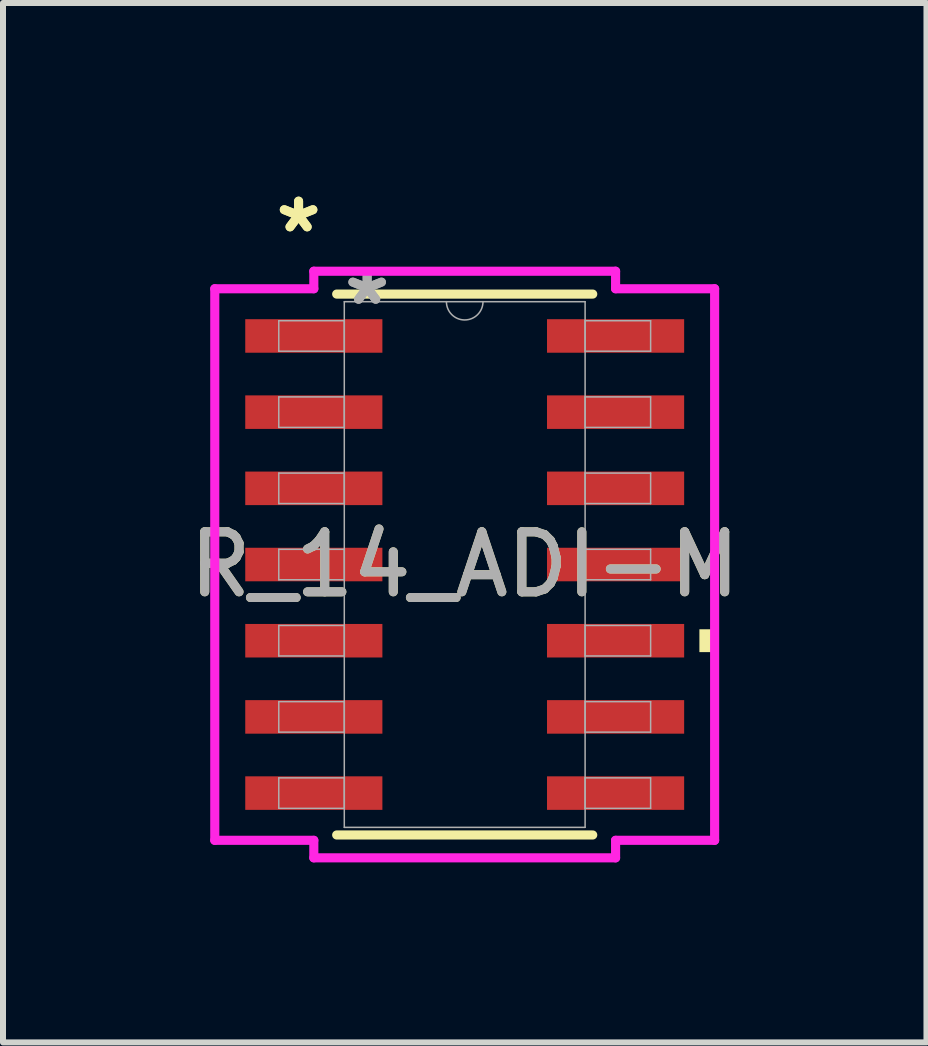
<source format=kicad_pcb>
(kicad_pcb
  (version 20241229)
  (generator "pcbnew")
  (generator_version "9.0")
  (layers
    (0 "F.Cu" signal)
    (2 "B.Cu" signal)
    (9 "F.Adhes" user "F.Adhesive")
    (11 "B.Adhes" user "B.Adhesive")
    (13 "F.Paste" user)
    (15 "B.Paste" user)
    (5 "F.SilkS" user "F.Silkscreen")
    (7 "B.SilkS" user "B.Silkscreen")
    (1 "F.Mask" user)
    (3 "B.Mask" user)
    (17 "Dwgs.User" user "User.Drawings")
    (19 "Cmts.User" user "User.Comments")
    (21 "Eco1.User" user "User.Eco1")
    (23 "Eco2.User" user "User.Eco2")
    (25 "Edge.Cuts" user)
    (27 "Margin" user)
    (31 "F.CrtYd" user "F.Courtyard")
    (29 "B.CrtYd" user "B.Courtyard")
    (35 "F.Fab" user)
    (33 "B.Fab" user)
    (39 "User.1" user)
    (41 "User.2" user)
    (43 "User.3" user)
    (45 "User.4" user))
  (footprint "R_14_ADI-M"
    (layer "F.Cu")
    (at 4.696 6.36)
    (property "Reference" "R_14_ADI-M" (at 0 0 0) (unlocked yes) (layer "F.SilkS") (effects (font (size 1 1) (thickness 0.15))))
    (attr smd)
    (fp_line (start -2.134 4.508) (end 2.134 4.508) (stroke (width 0.152) (type solid)) (layer "F.SilkS"))
    (fp_line (start 2.134 -4.508) (end -2.134 -4.508) (stroke (width 0.152) (type solid)) (layer "F.SilkS"))
    (fp_poly (pts (xy 4.166 1.079) (xy 4.166 1.46) (xy 3.912 1.46) (xy 3.912 1.079)) (stroke (width 0) (type solid)) (fill yes) (layer "F.SilkS"))
    (fp_line (start -4.166 -4.597) (end -2.515 -4.597) (stroke (width 0.152) (type solid)) (layer "F.CrtYd"))
    (fp_line (start -4.166 4.597) (end -4.166 -4.597) (stroke (width 0.152) (type solid)) (layer "F.CrtYd"))
    (fp_line (start -4.166 4.597) (end -2.515 4.597) (stroke (width 0.152) (type solid)) (layer "F.CrtYd"))
    (fp_line (start -2.515 -4.889) (end 2.515 -4.889) (stroke (width 0.152) (type solid)) (layer "F.CrtYd"))
    (fp_line (start -2.515 -4.597) (end -2.515 -4.889) (stroke (width 0.152) (type solid)) (layer "F.CrtYd"))
    (fp_line (start -2.515 4.889) (end -2.515 4.597) (stroke (width 0.152) (type solid)) (layer "F.CrtYd"))
    (fp_line (start 2.515 -4.889) (end 2.515 -4.597) (stroke (width 0.152) (type solid)) (layer "F.CrtYd"))
    (fp_line (start 2.515 4.597) (end 2.515 4.889) (stroke (width 0.152) (type solid)) (layer "F.CrtYd"))
    (fp_line (start 2.515 4.889) (end -2.515 4.889) (stroke (width 0.152) (type solid)) (layer "F.CrtYd"))
    (fp_line (start 4.166 -4.597) (end 2.515 -4.597) (stroke (width 0.152) (type solid)) (layer "F.CrtYd"))
    (fp_line (start 4.166 -4.597) (end 4.166 4.597) (stroke (width 0.152) (type solid)) (layer "F.CrtYd"))
    (fp_line (start 4.166 4.597) (end 2.515 4.597) (stroke (width 0.152) (type solid)) (layer "F.CrtYd"))
    (fp_line (start -3.099 -4.064) (end -3.099 -3.556) (stroke (width 0.025) (type solid)) (layer "F.Fab"))
    (fp_line (start -3.099 -3.556) (end -2.007 -3.556) (stroke (width 0.025) (type solid)) (layer "F.Fab"))
    (fp_line (start -3.099 -2.794) (end -3.099 -2.286) (stroke (width 0.025) (type solid)) (layer "F.Fab"))
    (fp_line (start -3.099 -2.286) (end -2.007 -2.286) (stroke (width 0.025) (type solid)) (layer "F.Fab"))
    (fp_line (start -3.099 -1.524) (end -3.099 -1.016) (stroke (width 0.025) (type solid)) (layer "F.Fab"))
    (fp_line (start -3.099 -1.016) (end -2.007 -1.016) (stroke (width 0.025) (type solid)) (layer "F.Fab"))
    (fp_line (start -3.099 -0.254) (end -3.099 0.254) (stroke (width 0.025) (type solid)) (layer "F.Fab"))
    (fp_line (start -3.099 0.254) (end -2.007 0.254) (stroke (width 0.025) (type solid)) (layer "F.Fab"))
    (fp_line (start -3.099 1.016) (end -3.099 1.524) (stroke (width 0.025) (type solid)) (layer "F.Fab"))
    (fp_line (start -3.099 1.524) (end -2.007 1.524) (stroke (width 0.025) (type solid)) (layer "F.Fab"))
    (fp_line (start -3.099 2.286) (end -3.099 2.794) (stroke (width 0.025) (type solid)) (layer "F.Fab"))
    (fp_line (start -3.099 2.794) (end -2.007 2.794) (stroke (width 0.025) (type solid)) (layer "F.Fab"))
    (fp_line (start -3.099 3.556) (end -3.099 4.064) (stroke (width 0.025) (type solid)) (layer "F.Fab"))
    (fp_line (start -3.099 4.064) (end -2.007 4.064) (stroke (width 0.025) (type solid)) (layer "F.Fab"))
    (fp_line (start -2.007 -4.381) (end -2.007 4.381) (stroke (width 0.025) (type solid)) (layer "F.Fab"))
    (fp_line (start -2.007 -4.064) (end -3.099 -4.064) (stroke (width 0.025) (type solid)) (layer "F.Fab"))
    (fp_line (start -2.007 -3.556) (end -2.007 -4.064) (stroke (width 0.025) (type solid)) (layer "F.Fab"))
    (fp_line (start -2.007 -2.794) (end -3.099 -2.794) (stroke (width 0.025) (type solid)) (layer "F.Fab"))
    (fp_line (start -2.007 -2.286) (end -2.007 -2.794) (stroke (width 0.025) (type solid)) (layer "F.Fab"))
    (fp_line (start -2.007 -1.524) (end -3.099 -1.524) (stroke (width 0.025) (type solid)) (layer "F.Fab"))
    (fp_line (start -2.007 -1.016) (end -2.007 -1.524) (stroke (width 0.025) (type solid)) (layer "F.Fab"))
    (fp_line (start -2.007 -0.254) (end -3.099 -0.254) (stroke (width 0.025) (type solid)) (layer "F.Fab"))
    (fp_line (start -2.007 0.254) (end -2.007 -0.254) (stroke (width 0.025) (type solid)) (layer "F.Fab"))
    (fp_line (start -2.007 1.016) (end -3.099 1.016) (stroke (width 0.025) (type solid)) (layer "F.Fab"))
    (fp_line (start -2.007 1.524) (end -2.007 1.016) (stroke (width 0.025) (type solid)) (layer "F.Fab"))
    (fp_line (start -2.007 2.286) (end -3.099 2.286) (stroke (width 0.025) (type solid)) (layer "F.Fab"))
    (fp_line (start -2.007 2.794) (end -2.007 2.286) (stroke (width 0.025) (type solid)) (layer "F.Fab"))
    (fp_line (start -2.007 3.556) (end -3.099 3.556) (stroke (width 0.025) (type solid)) (layer "F.Fab"))
    (fp_line (start -2.007 4.064) (end -2.007 3.556) (stroke (width 0.025) (type solid)) (layer "F.Fab"))
    (fp_line (start -2.007 4.381) (end 2.007 4.381) (stroke (width 0.025) (type solid)) (layer "F.Fab"))
    (fp_line (start 2.007 -4.381) (end -2.007 -4.381) (stroke (width 0.025) (type solid)) (layer "F.Fab"))
    (fp_line (start 2.007 -4.064) (end 2.007 -3.556) (stroke (width 0.025) (type solid)) (layer "F.Fab"))
    (fp_line (start 2.007 -3.556) (end 3.099 -3.556) (stroke (width 0.025) (type solid)) (layer "F.Fab"))
    (fp_line (start 2.007 -2.794) (end 2.007 -2.286) (stroke (width 0.025) (type solid)) (layer "F.Fab"))
    (fp_line (start 2.007 -2.286) (end 3.099 -2.286) (stroke (width 0.025) (type solid)) (layer "F.Fab"))
    (fp_line (start 2.007 -1.524) (end 2.007 -1.016) (stroke (width 0.025) (type solid)) (layer "F.Fab"))
    (fp_line (start 2.007 -1.016) (end 3.099 -1.016) (stroke (width 0.025) (type solid)) (layer "F.Fab"))
    (fp_line (start 2.007 -0.254) (end 2.007 0.254) (stroke (width 0.025) (type solid)) (layer "F.Fab"))
    (fp_line (start 2.007 0.254) (end 3.099 0.254) (stroke (width 0.025) (type solid)) (layer "F.Fab"))
    (fp_line (start 2.007 1.016) (end 2.007 1.524) (stroke (width 0.025) (type solid)) (layer "F.Fab"))
    (fp_line (start 2.007 1.524) (end 3.099 1.524) (stroke (width 0.025) (type solid)) (layer "F.Fab"))
    (fp_line (start 2.007 2.286) (end 2.007 2.794) (stroke (width 0.025) (type solid)) (layer "F.Fab"))
    (fp_line (start 2.007 2.794) (end 3.099 2.794) (stroke (width 0.025) (type solid)) (layer "F.Fab"))
    (fp_line (start 2.007 3.556) (end 2.007 4.064) (stroke (width 0.025) (type solid)) (layer "F.Fab"))
    (fp_line (start 2.007 4.064) (end 3.099 4.064) (stroke (width 0.025) (type solid)) (layer "F.Fab"))
    (fp_line (start 2.007 4.381) (end 2.007 -4.381) (stroke (width 0.025) (type solid)) (layer "F.Fab"))
    (fp_line (start 3.099 -4.064) (end 2.007 -4.064) (stroke (width 0.025) (type solid)) (layer "F.Fab"))
    (fp_line (start 3.099 -3.556) (end 3.099 -4.064) (stroke (width 0.025) (type solid)) (layer "F.Fab"))
    (fp_line (start 3.099 -2.794) (end 2.007 -2.794) (stroke (width 0.025) (type solid)) (layer "F.Fab"))
    (fp_line (start 3.099 -2.286) (end 3.099 -2.794) (stroke (width 0.025) (type solid)) (layer "F.Fab"))
    (fp_line (start 3.099 -1.524) (end 2.007 -1.524) (stroke (width 0.025) (type solid)) (layer "F.Fab"))
    (fp_line (start 3.099 -1.016) (end 3.099 -1.524) (stroke (width 0.025) (type solid)) (layer "F.Fab"))
    (fp_line (start 3.099 -0.254) (end 2.007 -0.254) (stroke (width 0.025) (type solid)) (layer "F.Fab"))
    (fp_line (start 3.099 0.254) (end 3.099 -0.254) (stroke (width 0.025) (type solid)) (layer "F.Fab"))
    (fp_line (start 3.099 1.016) (end 2.007 1.016) (stroke (width 0.025) (type solid)) (layer "F.Fab"))
    (fp_line (start 3.099 1.524) (end 3.099 1.016) (stroke (width 0.025) (type solid)) (layer "F.Fab"))
    (fp_line (start 3.099 2.286) (end 2.007 2.286) (stroke (width 0.025) (type solid)) (layer "F.Fab"))
    (fp_line (start 3.099 2.794) (end 3.099 2.286) (stroke (width 0.025) (type solid)) (layer "F.Fab"))
    (fp_line (start 3.099 3.556) (end 2.007 3.556) (stroke (width 0.025) (type solid)) (layer "F.Fab"))
    (fp_line (start 3.099 4.064) (end 3.099 3.556) (stroke (width 0.025) (type solid)) (layer "F.Fab"))
    (fp_arc (start 0.3048 -4.3815) (mid 0 -4.0767) (end -0.3048 -4.3815) (stroke (width 0.0254) (type solid)) (layer "F.Fab"))
    (fp_text user "*" (at -2.769 -5.512 0) (unlocked yes) (layer "F.SilkS") (effects (font (size 1 1) (thickness 0.15))))
    (fp_text user "*" (at -2.769 -5.512 0) (layer "F.SilkS") (effects (font (size 1 1) (thickness 0.15))))
    (fp_text user "*" (at -1.626 -4.305 0) (unlocked yes) (layer "F.Fab") (effects (font (size 1 1) (thickness 0.15))))
    (fp_text user "${REFERENCE}" (at 0 0 0) (unlocked yes) (layer "F.Fab") (effects (font (size 1 1) (thickness 0.15))))
    (fp_text user "*" (at -1.626 -4.305 0) (layer "F.Fab") (effects (font (size 1 1) (thickness 0.15))))
    (pad "1" smd rect (at -2.515 -3.81) (size 2.286 0.559) (layers "F.Cu" "F.Mask" "F.Paste"))
    (pad "2" smd rect (at -2.515 -2.54) (size 2.286 0.559) (layers "F.Cu" "F.Mask" "F.Paste"))
    (pad "3" smd rect (at -2.515 -1.27) (size 2.286 0.559) (layers "F.Cu" "F.Mask" "F.Paste"))
    (pad "4" smd rect (at -2.515 0) (size 2.286 0.559) (layers "F.Cu" "F.Mask" "F.Paste"))
    (pad "5" smd rect (at -2.515 1.27) (size 2.286 0.559) (layers "F.Cu" "F.Mask" "F.Paste"))
    (pad "6" smd rect (at -2.515 2.54) (size 2.286 0.559) (layers "F.Cu" "F.Mask" "F.Paste"))
    (pad "7" smd rect (at -2.515 3.81) (size 2.286 0.559) (layers "F.Cu" "F.Mask" "F.Paste"))
    (pad "8" smd rect (at 2.515 3.81) (size 2.286 0.559) (layers "F.Cu" "F.Mask" "F.Paste"))
    (pad "9" smd rect (at 2.515 2.54) (size 2.286 0.559) (layers "F.Cu" "F.Mask" "F.Paste"))
    (pad "10" smd rect (at 2.515 1.27) (size 2.286 0.559) (layers "F.Cu" "F.Mask" "F.Paste"))
    (pad "11" smd rect (at 2.515 0) (size 2.286 0.559) (layers "F.Cu" "F.Mask" "F.Paste"))
    (pad "12" smd rect (at 2.515 -1.27) (size 2.286 0.559) (layers "F.Cu" "F.Mask" "F.Paste"))
    (pad "13" smd rect (at 2.515 -2.54) (size 2.286 0.559) (layers "F.Cu" "F.Mask" "F.Paste"))
    (pad "14" smd rect (at 2.515 -3.81) (size 2.286 0.559) (layers "F.Cu" "F.Mask" "F.Paste")))
  (gr_rect
    (start -3 -3)
    (end 12.393 14.326)
    (stroke (width 0.1) (type default))
    (fill no)
    (layer "Edge.Cuts")))
</source>
